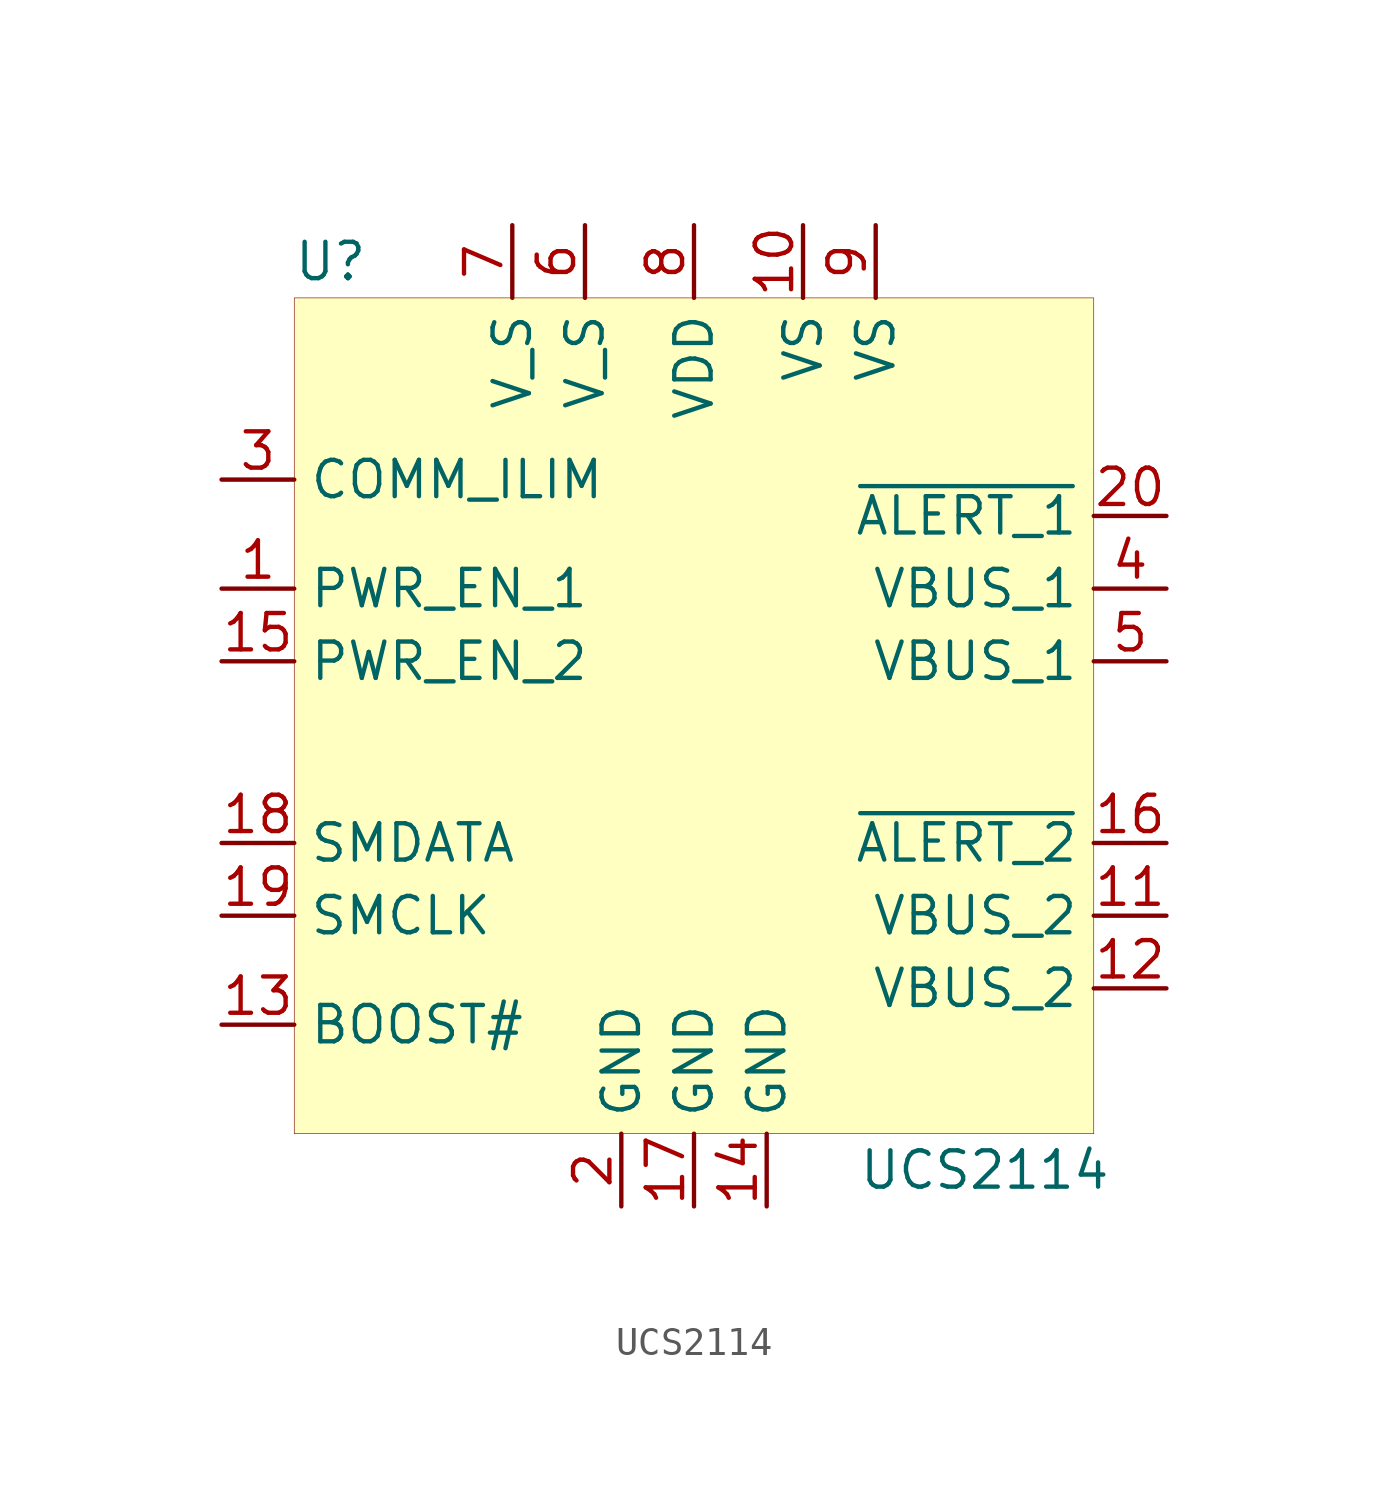
<source format=kicad_sym>
(kicad_symbol_lib
  (version 20210619)
  (generator kicad_symbol_editor)
  (symbol "eval-board-1_buck-regulator:UCS2114"
    (property "Reference" "U"
      (at -12.7 16.51 0)
      (effects (font (size 1.27 1.27))))
    (property "Value" "UCS2114"
      (at 10.16 -15.24 0)
      (effects (font (size 1.27 1.27))))
    (symbol "UCS2114_0_1"
      (rectangle (start -13.97 15.24) (end 13.97 -13.97) (stroke (width 0.001)) (fill (type background))))
    (symbol "UCS2114_1_0"
      (pin input line (at -16.51 5.08 0) (length 2.54) (name "PWR_EN_1" (effects (font (size 1.27 1.27)))) (number "1" (effects (font (size 1.27 1.27)))))
      (pin power_in line (at 3.81 17.78 270) (length 2.54) (name "VS" (effects (font (size 1.27 1.27)))) (number "10" (effects (font (size 1.27 1.27)))))
      (pin power_out line (at 16.51 -6.35 180) (length 2.54) (name "VBUS_2" (effects (font (size 1.27 1.27)))) (number "11" (effects (font (size 1.27 1.27)))))
      (pin passive line (at 16.51 -8.89 180) (length 2.54) (name "VBUS_2" (effects (font (size 1.27 1.27)))) (number "12" (effects (font (size 1.27 1.27)))))
      (pin passive line (at -16.51 -10.16 0) (length 2.54) (name "BOOST#" (effects (font (size 1.27 1.27)))) (number "13" (effects (font (size 1.27 1.27)))))
      (pin power_in line (at 2.54 -16.51 90) (length 2.54) (name "GND" (effects (font (size 1.27 1.27)))) (number "14" (effects (font (size 1.27 1.27)))))
      (pin input line (at -16.51 2.54 0) (length 2.54) (name "PWR_EN_2" (effects (font (size 1.27 1.27)))) (number "15" (effects (font (size 1.27 1.27)))))
      (pin open_collector line (at 16.51 -3.81 180) (length 2.54) (name "~{ALERT_2}" (effects (font (size 1.27 1.27)))) (number "16" (effects (font (size 1.27 1.27)))))
      (pin power_in line (at 0 -16.51 90) (length 2.54) (name "GND" (effects (font (size 1.27 1.27)))) (number "17" (effects (font (size 1.27 1.27)))))
      (pin open_collector line (at -16.51 -3.81 0) (length 2.54) (name "SMDATA" (effects (font (size 1.27 1.27)))) (number "18" (effects (font (size 1.27 1.27)))))
      (pin input line (at -16.51 -6.35 0) (length 2.54) (name "SMCLK" (effects (font (size 1.27 1.27)))) (number "19" (effects (font (size 1.27 1.27)))))
      (pin power_in line (at -2.54 -16.51 90) (length 2.54) (name "GND" (effects (font (size 1.27 1.27)))) (number "2" (effects (font (size 1.27 1.27)))))
      (pin open_collector line (at 16.51 7.62 180) (length 2.54) (name "~{ALERT_1}" (effects (font (size 1.27 1.27)))) (number "20" (effects (font (size 1.27 1.27)))))
      (pin input line (at -16.51 8.89 0) (length 2.54) (name "COMM_ILIM" (effects (font (size 1.27 1.27)))) (number "3" (effects (font (size 1.27 1.27)))))
      (pin power_out line (at 16.51 5.08 180) (length 2.54) (name "VBUS_1" (effects (font (size 1.27 1.27)))) (number "4" (effects (font (size 1.27 1.27)))))
      (pin passive line (at 16.51 2.54 180) (length 2.54) (name "VBUS_1" (effects (font (size 1.27 1.27)))) (number "5" (effects (font (size 1.27 1.27)))))
      (pin power_in line (at -3.81 17.78 270) (length 2.54) (name "V_S" (effects (font (size 1.27 1.27)))) (number "6" (effects (font (size 1.27 1.27)))))
      (pin power_in line (at -6.35 17.78 270) (length 2.54) (name "V_S" (effects (font (size 1.27 1.27)))) (number "7" (effects (font (size 1.27 1.27)))))
      (pin power_in line (at 0 17.78 270) (length 2.54) (name "VDD" (effects (font (size 1.27 1.27)))) (number "8" (effects (font (size 1.27 1.27)))))
      (pin power_in line (at 6.35 17.78 270) (length 2.54) (name "VS" (effects (font (size 1.27 1.27)))) (number "9" (effects (font (size 1.27 1.27))))))))
</source>
